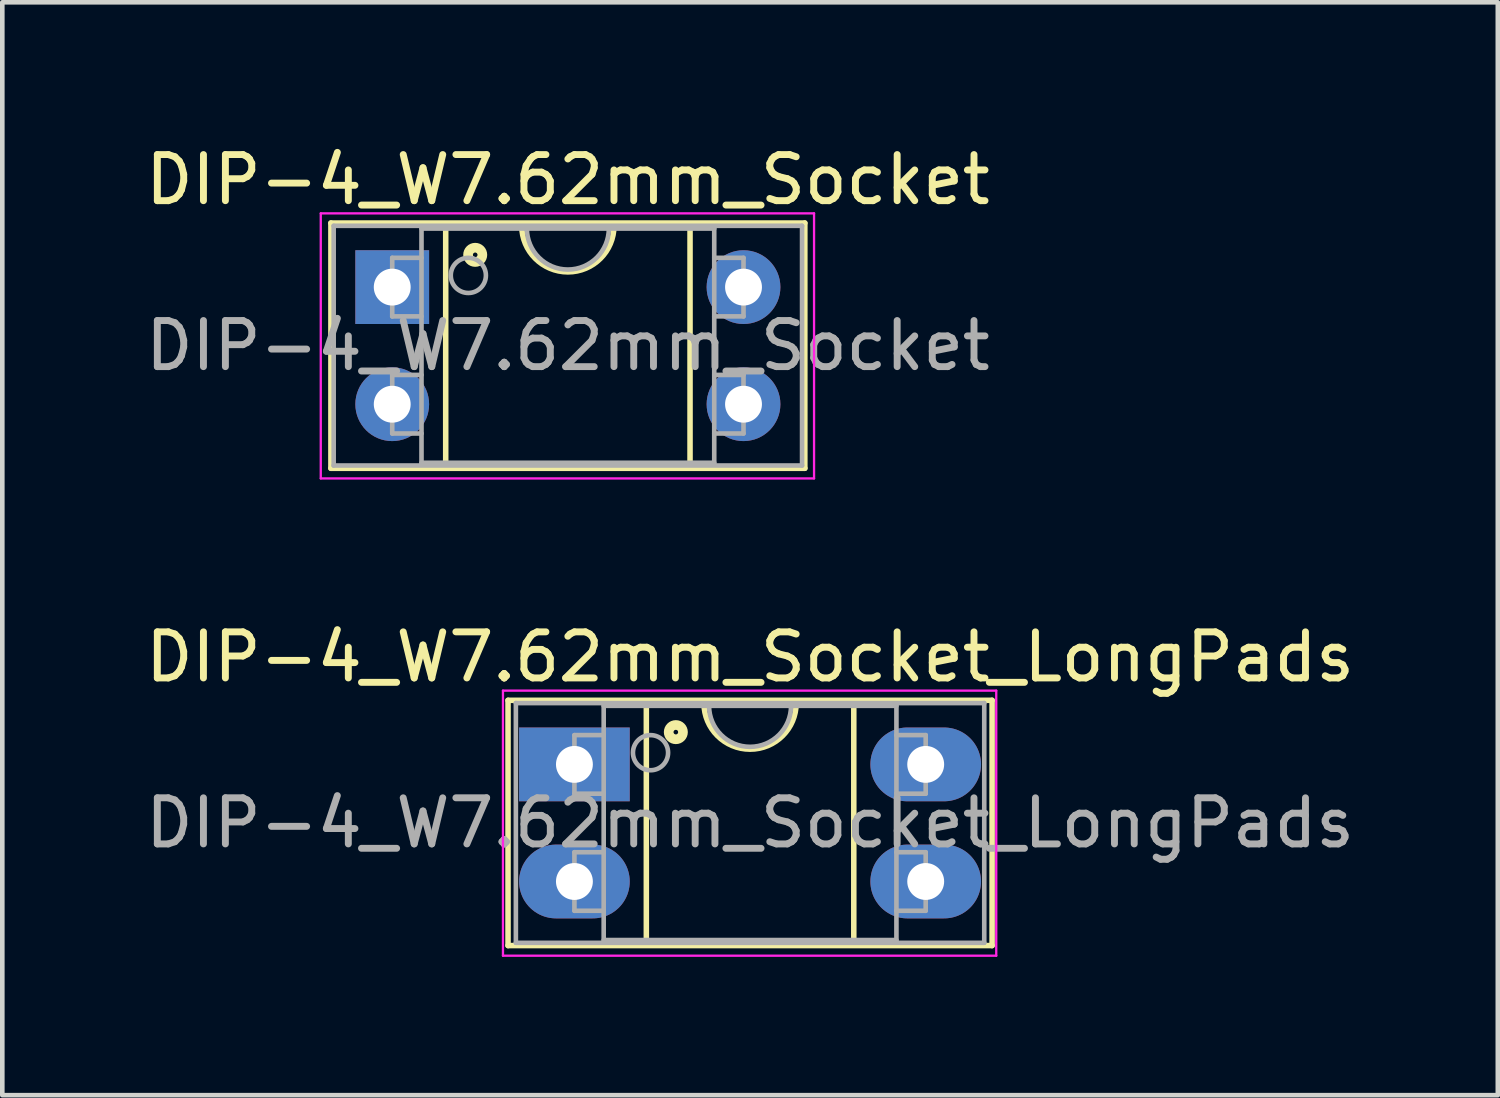
<source format=kicad_pcb>
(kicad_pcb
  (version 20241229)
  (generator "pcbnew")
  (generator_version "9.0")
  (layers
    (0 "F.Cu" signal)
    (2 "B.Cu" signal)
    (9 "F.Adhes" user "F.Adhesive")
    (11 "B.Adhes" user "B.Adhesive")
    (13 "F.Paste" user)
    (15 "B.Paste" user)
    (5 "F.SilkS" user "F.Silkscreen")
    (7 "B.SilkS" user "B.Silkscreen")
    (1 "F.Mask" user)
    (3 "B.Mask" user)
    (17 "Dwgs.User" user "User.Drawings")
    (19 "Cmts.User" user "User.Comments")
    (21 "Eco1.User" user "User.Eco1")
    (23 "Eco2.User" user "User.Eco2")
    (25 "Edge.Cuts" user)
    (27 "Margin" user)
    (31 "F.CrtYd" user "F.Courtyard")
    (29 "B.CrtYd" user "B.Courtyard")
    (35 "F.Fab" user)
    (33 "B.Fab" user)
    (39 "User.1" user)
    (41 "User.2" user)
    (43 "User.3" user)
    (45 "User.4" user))
  (footprint "DIP-4_W7.62mm_Socket"
    (layer "F.Cu")
    (at 5.458 3.178)
    (property "Reference" "DIP-4_W7.62mm_Socket" (at 3.81 -2.33 0) (layer "F.SilkS") (effects (font (size 1 1) (thickness 0.15))))
    (attr through_hole)
    (fp_line (start -1.33 -1.39) (end -1.33 3.93) (stroke (width 0.12) (type solid)) (layer "F.SilkS"))
    (fp_line (start -1.33 3.93) (end 8.95 3.93) (stroke (width 0.12) (type solid)) (layer "F.SilkS"))
    (fp_line (start 1.16 -1.33) (end 1.16 3.87) (stroke (width 0.12) (type solid)) (layer "F.SilkS"))
    (fp_line (start 1.16 3.87) (end 6.46 3.87) (stroke (width 0.12) (type solid)) (layer "F.SilkS"))
    (fp_line (start 2.81 -1.33) (end 1.16 -1.33) (stroke (width 0.12) (type solid)) (layer "F.SilkS"))
    (fp_line (start 6.46 -1.33) (end 4.81 -1.33) (stroke (width 0.12) (type solid)) (layer "F.SilkS"))
    (fp_line (start 6.46 3.87) (end 6.46 -1.33) (stroke (width 0.12) (type solid)) (layer "F.SilkS"))
    (fp_line (start 8.95 -1.39) (end -1.33 -1.39) (stroke (width 0.12) (type solid)) (layer "F.SilkS"))
    (fp_line (start 8.95 3.93) (end 8.95 -1.39) (stroke (width 0.12) (type solid)) (layer "F.SilkS"))
    (fp_arc (start 4.81 -1.33) (mid 3.81 -0.33) (end 2.81 -1.33) (stroke (width 0.12) (type solid)) (layer "F.SilkS"))
    (fp_circle (center 1.8 -0.7) (end 1.85 -0.7) (stroke (width 0.12) (type solid)) (fill no) (layer "F.SilkS"))
    (fp_circle (center 1.8 -0.7) (end 1.925 -0.7) (stroke (width 0.12) (type solid)) (fill no) (layer "F.SilkS"))
    (fp_circle (center 1.8 -0.7) (end 2 -0.7) (stroke (width 0.12) (type solid)) (fill no) (layer "F.SilkS"))
    (fp_line (start -1.55 -1.6) (end -1.55 4.15) (stroke (width 0.05) (type solid)) (layer "F.CrtYd"))
    (fp_line (start -1.55 4.15) (end 9.15 4.15) (stroke (width 0.05) (type solid)) (layer "F.CrtYd"))
    (fp_line (start 9.15 -1.6) (end -1.55 -1.6) (stroke (width 0.05) (type solid)) (layer "F.CrtYd"))
    (fp_line (start 9.15 4.15) (end 9.15 -1.6) (stroke (width 0.05) (type solid)) (layer "F.CrtYd"))
    (fp_line (start -1.27 -1.33) (end -1.27 3.87) (stroke (width 0.1) (type solid)) (layer "F.Fab"))
    (fp_line (start -1.27 3.87) (end 8.89 3.87) (stroke (width 0.1) (type solid)) (layer "F.Fab"))
    (fp_line (start 0 -0.635) (end 0 0.635) (stroke (width 0.1) (type solid)) (layer "F.Fab"))
    (fp_line (start 0 -0.635) (end 0.635 -0.635) (stroke (width 0.1) (type solid)) (layer "F.Fab"))
    (fp_line (start 0 0.635) (end 0.635 0.635) (stroke (width 0.1) (type solid)) (layer "F.Fab"))
    (fp_line (start 0 1.905) (end 0 3.175) (stroke (width 0.1) (type solid)) (layer "F.Fab"))
    (fp_line (start 0 1.905) (end 0.635 1.905) (stroke (width 0.1) (type solid)) (layer "F.Fab"))
    (fp_line (start 0 3.175) (end 0.635 3.175) (stroke (width 0.1) (type solid)) (layer "F.Fab"))
    (fp_line (start 0.635 -1.27) (end 6.985 -1.27) (stroke (width 0.1) (type solid)) (layer "F.Fab"))
    (fp_line (start 0.635 3.81) (end 0.635 -1.27) (stroke (width 0.1) (type solid)) (layer "F.Fab"))
    (fp_line (start 6.985 -1.27) (end 6.985 3.81) (stroke (width 0.1) (type solid)) (layer "F.Fab"))
    (fp_line (start 6.985 3.81) (end 0.635 3.81) (stroke (width 0.1) (type solid)) (layer "F.Fab"))
    (fp_line (start 7.62 -0.635) (end 6.985 -0.635) (stroke (width 0.1) (type solid)) (layer "F.Fab"))
    (fp_line (start 7.62 0.635) (end 6.985 0.635) (stroke (width 0.1) (type solid)) (layer "F.Fab"))
    (fp_line (start 7.62 0.635) (end 7.62 -0.635) (stroke (width 0.1) (type solid)) (layer "F.Fab"))
    (fp_line (start 7.62 1.905) (end 6.985 1.905) (stroke (width 0.1) (type solid)) (layer "F.Fab"))
    (fp_line (start 7.62 3.175) (end 6.985 3.175) (stroke (width 0.1) (type solid)) (layer "F.Fab"))
    (fp_line (start 7.62 3.175) (end 7.62 1.905) (stroke (width 0.1) (type solid)) (layer "F.Fab"))
    (fp_line (start 8.89 -1.33) (end -1.27 -1.33) (stroke (width 0.1) (type solid)) (layer "F.Fab"))
    (fp_line (start 8.89 3.87) (end 8.89 -1.33) (stroke (width 0.1) (type solid)) (layer "F.Fab"))
    (fp_arc (start 4.699 -1.27) (mid 3.81 -0.381) (end 2.921 -1.27) (stroke (width 0.1) (type solid)) (layer "F.Fab"))
    (fp_circle (center 1.651 -0.254) (end 2.032 -0.254) (stroke (width 0.1) (type solid)) (fill no) (layer "F.Fab"))
    (fp_text user "${REFERENCE}" (at 3.81 1.27 0) (layer "F.Fab") (effects (font (size 1 1) (thickness 0.15))))
    (pad "1" thru_hole rect (at 0 0) (size 1.6 1.6) (drill 0.8) (layers "*.Cu" "*.Mask"))
    (pad "2" thru_hole oval (at 0 2.54) (size 1.6 1.6) (drill 0.8) (layers "*.Cu" "*.Mask"))
    (pad "3" thru_hole oval (at 7.62 2.54) (size 1.6 1.6) (drill 0.8) (layers "*.Cu" "*.Mask"))
    (pad "4" thru_hole oval (at 7.62 0) (size 1.6 1.6) (drill 0.8) (layers "*.Cu" "*.Mask")))
  (footprint "DIP-4_W7.62mm_Socket_LongPads"
    (layer "F.Cu")
    (at 9.41 13.531)
    (property "Reference" "DIP-4_W7.62mm_Socket_LongPads" (at 3.81 -2.33 0) (layer "F.SilkS") (effects (font (size 1 1) (thickness 0.15))))
    (attr through_hole)
    (fp_line (start -1.44 -1.39) (end -1.44 3.93) (stroke (width 0.12) (type solid)) (layer "F.SilkS"))
    (fp_line (start -1.44 3.93) (end 9.06 3.93) (stroke (width 0.12) (type solid)) (layer "F.SilkS"))
    (fp_line (start 1.56 -1.33) (end 1.56 3.87) (stroke (width 0.12) (type solid)) (layer "F.SilkS"))
    (fp_line (start 1.56 3.87) (end 6.06 3.87) (stroke (width 0.12) (type solid)) (layer "F.SilkS"))
    (fp_line (start 2.81 -1.33) (end 1.56 -1.33) (stroke (width 0.12) (type solid)) (layer "F.SilkS"))
    (fp_line (start 6.06 -1.33) (end 4.81 -1.33) (stroke (width 0.12) (type solid)) (layer "F.SilkS"))
    (fp_line (start 6.06 3.87) (end 6.06 -1.33) (stroke (width 0.12) (type solid)) (layer "F.SilkS"))
    (fp_line (start 9.06 -1.39) (end -1.44 -1.39) (stroke (width 0.12) (type solid)) (layer "F.SilkS"))
    (fp_line (start 9.06 3.93) (end 9.06 -1.39) (stroke (width 0.12) (type solid)) (layer "F.SilkS"))
    (fp_arc (start 4.81 -1.33) (mid 3.81 -0.33) (end 2.81 -1.33) (stroke (width 0.12) (type solid)) (layer "F.SilkS"))
    (fp_circle (center 2.2 -0.7) (end 2.25 -0.7) (stroke (width 0.12) (type solid)) (fill no) (layer "F.SilkS"))
    (fp_circle (center 2.2 -0.7) (end 2.325 -0.7) (stroke (width 0.12) (type solid)) (fill no) (layer "F.SilkS"))
    (fp_circle (center 2.2 -0.7) (end 2.4 -0.7) (stroke (width 0.12) (type solid)) (fill no) (layer "F.SilkS"))
    (fp_line (start -1.55 -1.6) (end -1.55 4.15) (stroke (width 0.05) (type solid)) (layer "F.CrtYd"))
    (fp_line (start -1.55 4.15) (end 9.15 4.15) (stroke (width 0.05) (type solid)) (layer "F.CrtYd"))
    (fp_line (start 9.15 -1.6) (end -1.55 -1.6) (stroke (width 0.05) (type solid)) (layer "F.CrtYd"))
    (fp_line (start 9.15 4.15) (end 9.15 -1.6) (stroke (width 0.05) (type solid)) (layer "F.CrtYd"))
    (fp_line (start -1.27 -1.33) (end -1.27 3.87) (stroke (width 0.1) (type solid)) (layer "F.Fab"))
    (fp_line (start -1.27 3.87) (end 8.89 3.87) (stroke (width 0.1) (type solid)) (layer "F.Fab"))
    (fp_line (start 0 -0.635) (end 0 0.635) (stroke (width 0.1) (type solid)) (layer "F.Fab"))
    (fp_line (start 0 -0.635) (end 0.635 -0.635) (stroke (width 0.1) (type solid)) (layer "F.Fab"))
    (fp_line (start 0 0.635) (end 0.635 0.635) (stroke (width 0.1) (type solid)) (layer "F.Fab"))
    (fp_line (start 0 1.905) (end 0 3.175) (stroke (width 0.1) (type solid)) (layer "F.Fab"))
    (fp_line (start 0 1.905) (end 0.635 1.905) (stroke (width 0.1) (type solid)) (layer "F.Fab"))
    (fp_line (start 0 3.175) (end 0.635 3.175) (stroke (width 0.1) (type solid)) (layer "F.Fab"))
    (fp_line (start 0.635 -1.27) (end 6.985 -1.27) (stroke (width 0.1) (type solid)) (layer "F.Fab"))
    (fp_line (start 0.635 3.81) (end 0.635 -1.27) (stroke (width 0.1) (type solid)) (layer "F.Fab"))
    (fp_line (start 6.985 -1.27) (end 6.985 3.81) (stroke (width 0.1) (type solid)) (layer "F.Fab"))
    (fp_line (start 6.985 3.81) (end 0.635 3.81) (stroke (width 0.1) (type solid)) (layer "F.Fab"))
    (fp_line (start 7.62 -0.635) (end 6.985 -0.635) (stroke (width 0.1) (type solid)) (layer "F.Fab"))
    (fp_line (start 7.62 0.635) (end 6.985 0.635) (stroke (width 0.1) (type solid)) (layer "F.Fab"))
    (fp_line (start 7.62 0.635) (end 7.62 -0.635) (stroke (width 0.1) (type solid)) (layer "F.Fab"))
    (fp_line (start 7.62 1.905) (end 6.985 1.905) (stroke (width 0.1) (type solid)) (layer "F.Fab"))
    (fp_line (start 7.62 3.175) (end 6.985 3.175) (stroke (width 0.1) (type solid)) (layer "F.Fab"))
    (fp_line (start 7.62 3.175) (end 7.62 1.905) (stroke (width 0.1) (type solid)) (layer "F.Fab"))
    (fp_line (start 8.89 -1.33) (end -1.27 -1.33) (stroke (width 0.1) (type solid)) (layer "F.Fab"))
    (fp_line (start 8.89 3.87) (end 8.89 -1.33) (stroke (width 0.1) (type solid)) (layer "F.Fab"))
    (fp_arc (start 4.699 -1.27) (mid 3.81 -0.381) (end 2.921 -1.27) (stroke (width 0.1) (type solid)) (layer "F.Fab"))
    (fp_circle (center 1.651 -0.254) (end 2.032 -0.254) (stroke (width 0.1) (type solid)) (fill no) (layer "F.Fab"))
    (fp_text user "${REFERENCE}" (at 3.81 1.27 0) (layer "F.Fab") (effects (font (size 1 1) (thickness 0.15))))
    (pad "1" thru_hole rect (at 0 0) (size 2.4 1.6) (drill 0.8) (layers "*.Cu" "*.Mask"))
    (pad "2" thru_hole oval (at 0 2.54) (size 2.4 1.6) (drill 0.8) (layers "*.Cu" "*.Mask"))
    (pad "3" thru_hole oval (at 7.62 2.54) (size 2.4 1.6) (drill 0.8) (layers "*.Cu" "*.Mask"))
    (pad "4" thru_hole oval (at 7.62 0) (size 2.4 1.6) (drill 0.8) (layers "*.Cu" "*.Mask")))
  (gr_rect
    (start -3 -3)
    (end 29.44 20.706)
    (stroke (width 0.1) (type default))
    (fill no)
    (layer "Edge.Cuts")))
</source>
